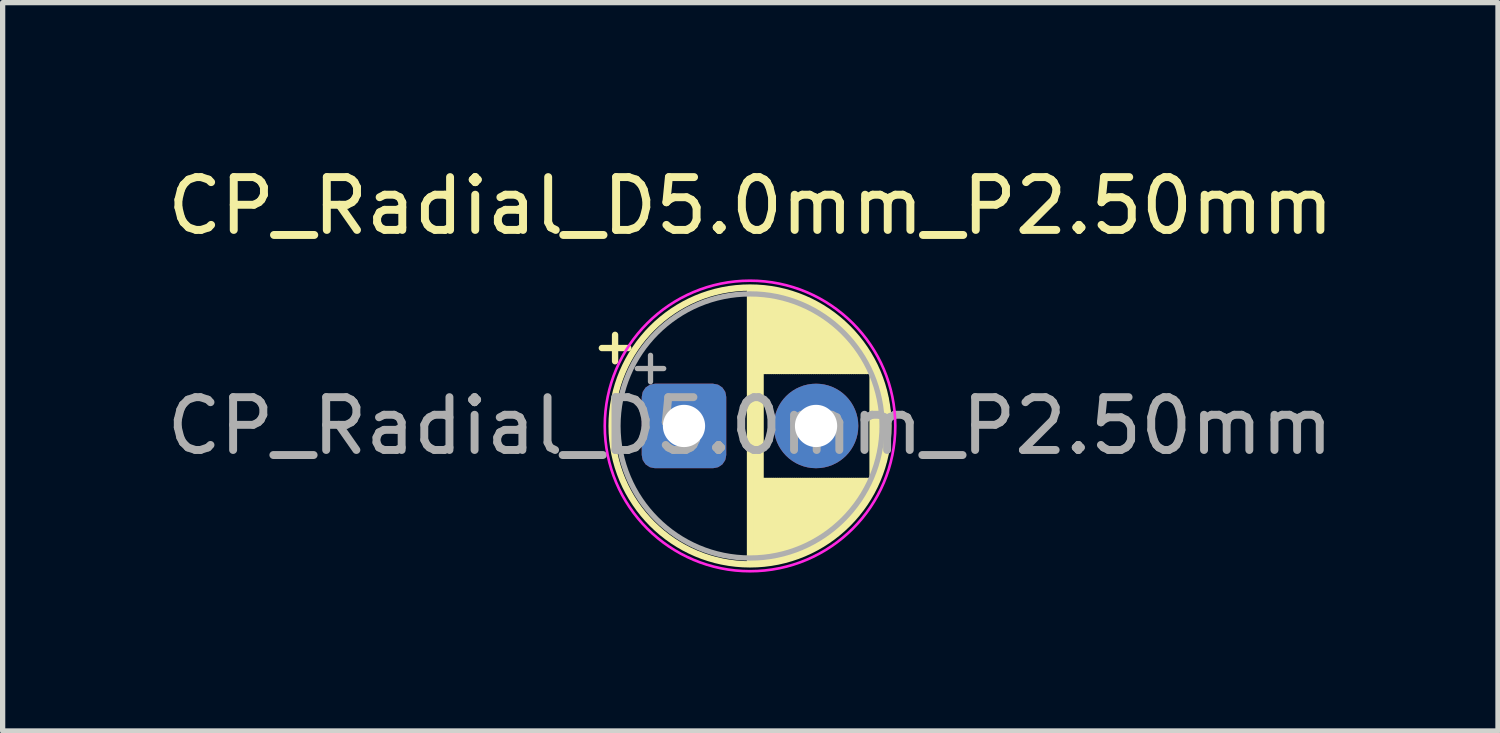
<source format=kicad_pcb>
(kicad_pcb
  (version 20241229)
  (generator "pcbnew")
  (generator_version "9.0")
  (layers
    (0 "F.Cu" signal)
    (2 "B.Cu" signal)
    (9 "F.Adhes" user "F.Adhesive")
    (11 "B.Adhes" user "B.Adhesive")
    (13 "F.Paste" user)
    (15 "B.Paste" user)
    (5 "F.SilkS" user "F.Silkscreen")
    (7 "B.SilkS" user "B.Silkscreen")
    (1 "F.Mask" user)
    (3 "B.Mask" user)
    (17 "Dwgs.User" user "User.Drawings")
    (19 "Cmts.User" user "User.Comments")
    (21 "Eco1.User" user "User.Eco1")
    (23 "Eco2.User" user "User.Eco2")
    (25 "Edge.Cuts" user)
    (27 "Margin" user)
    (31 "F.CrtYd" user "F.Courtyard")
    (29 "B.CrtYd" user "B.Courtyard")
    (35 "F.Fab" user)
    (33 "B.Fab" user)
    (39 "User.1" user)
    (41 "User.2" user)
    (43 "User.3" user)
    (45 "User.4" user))
  (footprint "CP_Radial_D5.0mm_P2.50mm"
    (layer "F.Cu")
    (at 9.899 5.014)
    (property "Reference" "CP_Radial_D5.0mm_P2.50mm" (at 1.262 -4.166 0) (unlocked yes) (layer "F.SilkS") (effects (font (size 1 1) (thickness 0.15))))
    (attr through_hole)
    (fp_line (start -1.555 -1.475) (end -1.055 -1.475) (stroke (width 0.12) (type solid)) (layer "F.SilkS"))
    (fp_line (start -1.305 -1.725) (end -1.305 -1.225) (stroke (width 0.12) (type solid)) (layer "F.SilkS"))
    (fp_line (start 1.25 -2.58) (end 1.25 2.58) (stroke (width 0.12) (type solid)) (layer "F.SilkS"))
    (fp_line (start 1.29 -2.58) (end 1.29 2.58) (stroke (width 0.12) (type solid)) (layer "F.SilkS"))
    (fp_line (start 1.33 -2.579) (end 1.33 2.579) (stroke (width 0.12) (type solid)) (layer "F.SilkS"))
    (fp_line (start 1.37 -2.577) (end 1.37 2.577) (stroke (width 0.12) (type solid)) (layer "F.SilkS"))
    (fp_line (start 1.41 -2.575) (end 1.41 2.575) (stroke (width 0.12) (type solid)) (layer "F.SilkS"))
    (fp_line (start 1.45 -2.572) (end 1.45 2.572) (stroke (width 0.12) (type solid)) (layer "F.SilkS"))
    (fp_line (start 1.49 -2.569) (end 1.49 -1.04) (stroke (width 0.12) (type solid)) (layer "F.SilkS"))
    (fp_line (start 1.49 1.04) (end 1.49 2.569) (stroke (width 0.12) (type solid)) (layer "F.SilkS"))
    (fp_line (start 1.53 -2.565) (end 1.53 -1.04) (stroke (width 0.12) (type solid)) (layer "F.SilkS"))
    (fp_line (start 1.53 1.04) (end 1.53 2.565) (stroke (width 0.12) (type solid)) (layer "F.SilkS"))
    (fp_line (start 1.57 -2.56) (end 1.57 -1.04) (stroke (width 0.12) (type solid)) (layer "F.SilkS"))
    (fp_line (start 1.57 1.04) (end 1.57 2.56) (stroke (width 0.12) (type solid)) (layer "F.SilkS"))
    (fp_line (start 1.61 -2.555) (end 1.61 -1.04) (stroke (width 0.12) (type solid)) (layer "F.SilkS"))
    (fp_line (start 1.61 1.04) (end 1.61 2.555) (stroke (width 0.12) (type solid)) (layer "F.SilkS"))
    (fp_line (start 1.65 -2.549) (end 1.65 -1.04) (stroke (width 0.12) (type solid)) (layer "F.SilkS"))
    (fp_line (start 1.65 1.04) (end 1.65 2.549) (stroke (width 0.12) (type solid)) (layer "F.SilkS"))
    (fp_line (start 1.69 -2.543) (end 1.69 -1.04) (stroke (width 0.12) (type solid)) (layer "F.SilkS"))
    (fp_line (start 1.69 1.04) (end 1.69 2.543) (stroke (width 0.12) (type solid)) (layer "F.SilkS"))
    (fp_line (start 1.73 -2.536) (end 1.73 -1.04) (stroke (width 0.12) (type solid)) (layer "F.SilkS"))
    (fp_line (start 1.73 1.04) (end 1.73 2.536) (stroke (width 0.12) (type solid)) (layer "F.SilkS"))
    (fp_line (start 1.77 -2.528) (end 1.77 -1.04) (stroke (width 0.12) (type solid)) (layer "F.SilkS"))
    (fp_line (start 1.77 1.04) (end 1.77 2.528) (stroke (width 0.12) (type solid)) (layer "F.SilkS"))
    (fp_line (start 1.81 -2.519) (end 1.81 -1.04) (stroke (width 0.12) (type solid)) (layer "F.SilkS"))
    (fp_line (start 1.81 1.04) (end 1.81 2.519) (stroke (width 0.12) (type solid)) (layer "F.SilkS"))
    (fp_line (start 1.85 -2.51) (end 1.85 -1.04) (stroke (width 0.12) (type solid)) (layer "F.SilkS"))
    (fp_line (start 1.85 1.04) (end 1.85 2.51) (stroke (width 0.12) (type solid)) (layer "F.SilkS"))
    (fp_line (start 1.89 -2.501) (end 1.89 -1.04) (stroke (width 0.12) (type solid)) (layer "F.SilkS"))
    (fp_line (start 1.89 1.04) (end 1.89 2.501) (stroke (width 0.12) (type solid)) (layer "F.SilkS"))
    (fp_line (start 1.93 -2.49) (end 1.93 -1.04) (stroke (width 0.12) (type solid)) (layer "F.SilkS"))
    (fp_line (start 1.93 1.04) (end 1.93 2.49) (stroke (width 0.12) (type solid)) (layer "F.SilkS"))
    (fp_line (start 1.97 -2.479) (end 1.97 -1.04) (stroke (width 0.12) (type solid)) (layer "F.SilkS"))
    (fp_line (start 1.97 1.04) (end 1.97 2.479) (stroke (width 0.12) (type solid)) (layer "F.SilkS"))
    (fp_line (start 2.01 -2.467) (end 2.01 -1.04) (stroke (width 0.12) (type solid)) (layer "F.SilkS"))
    (fp_line (start 2.01 1.04) (end 2.01 2.467) (stroke (width 0.12) (type solid)) (layer "F.SilkS"))
    (fp_line (start 2.05 -2.455) (end 2.05 -1.04) (stroke (width 0.12) (type solid)) (layer "F.SilkS"))
    (fp_line (start 2.05 1.04) (end 2.05 2.455) (stroke (width 0.12) (type solid)) (layer "F.SilkS"))
    (fp_line (start 2.09 -2.442) (end 2.09 -1.04) (stroke (width 0.12) (type solid)) (layer "F.SilkS"))
    (fp_line (start 2.09 1.04) (end 2.09 2.442) (stroke (width 0.12) (type solid)) (layer "F.SilkS"))
    (fp_line (start 2.13 -2.428) (end 2.13 -1.04) (stroke (width 0.12) (type solid)) (layer "F.SilkS"))
    (fp_line (start 2.13 1.04) (end 2.13 2.428) (stroke (width 0.12) (type solid)) (layer "F.SilkS"))
    (fp_line (start 2.17 -2.413) (end 2.17 -1.04) (stroke (width 0.12) (type solid)) (layer "F.SilkS"))
    (fp_line (start 2.17 1.04) (end 2.17 2.413) (stroke (width 0.12) (type solid)) (layer "F.SilkS"))
    (fp_line (start 2.21 -2.398) (end 2.21 -1.04) (stroke (width 0.12) (type solid)) (layer "F.SilkS"))
    (fp_line (start 2.21 1.04) (end 2.21 2.398) (stroke (width 0.12) (type solid)) (layer "F.SilkS"))
    (fp_line (start 2.25 -2.382) (end 2.25 -1.04) (stroke (width 0.12) (type solid)) (layer "F.SilkS"))
    (fp_line (start 2.25 1.04) (end 2.25 2.382) (stroke (width 0.12) (type solid)) (layer "F.SilkS"))
    (fp_line (start 2.29 -2.365) (end 2.29 -1.04) (stroke (width 0.12) (type solid)) (layer "F.SilkS"))
    (fp_line (start 2.29 1.04) (end 2.29 2.365) (stroke (width 0.12) (type solid)) (layer "F.SilkS"))
    (fp_line (start 2.33 -2.347) (end 2.33 -1.04) (stroke (width 0.12) (type solid)) (layer "F.SilkS"))
    (fp_line (start 2.33 1.04) (end 2.33 2.347) (stroke (width 0.12) (type solid)) (layer "F.SilkS"))
    (fp_line (start 2.37 -2.329) (end 2.37 -1.04) (stroke (width 0.12) (type solid)) (layer "F.SilkS"))
    (fp_line (start 2.37 1.04) (end 2.37 2.329) (stroke (width 0.12) (type solid)) (layer "F.SilkS"))
    (fp_line (start 2.41 -2.309) (end 2.41 -1.04) (stroke (width 0.12) (type solid)) (layer "F.SilkS"))
    (fp_line (start 2.41 1.04) (end 2.41 2.309) (stroke (width 0.12) (type solid)) (layer "F.SilkS"))
    (fp_line (start 2.45 -2.289) (end 2.45 -1.04) (stroke (width 0.12) (type solid)) (layer "F.SilkS"))
    (fp_line (start 2.45 1.04) (end 2.45 2.289) (stroke (width 0.12) (type solid)) (layer "F.SilkS"))
    (fp_line (start 2.49 -2.268) (end 2.49 -1.04) (stroke (width 0.12) (type solid)) (layer "F.SilkS"))
    (fp_line (start 2.49 1.04) (end 2.49 2.268) (stroke (width 0.12) (type solid)) (layer "F.SilkS"))
    (fp_line (start 2.53 -2.246) (end 2.53 -1.04) (stroke (width 0.12) (type solid)) (layer "F.SilkS"))
    (fp_line (start 2.53 1.04) (end 2.53 2.246) (stroke (width 0.12) (type solid)) (layer "F.SilkS"))
    (fp_line (start 2.57 -2.223) (end 2.57 -1.04) (stroke (width 0.12) (type solid)) (layer "F.SilkS"))
    (fp_line (start 2.57 1.04) (end 2.57 2.223) (stroke (width 0.12) (type solid)) (layer "F.SilkS"))
    (fp_line (start 2.61 -2.199) (end 2.61 -1.04) (stroke (width 0.12) (type solid)) (layer "F.SilkS"))
    (fp_line (start 2.61 1.04) (end 2.61 2.199) (stroke (width 0.12) (type solid)) (layer "F.SilkS"))
    (fp_line (start 2.65 -2.175) (end 2.65 -1.04) (stroke (width 0.12) (type solid)) (layer "F.SilkS"))
    (fp_line (start 2.65 1.04) (end 2.65 2.175) (stroke (width 0.12) (type solid)) (layer "F.SilkS"))
    (fp_line (start 2.69 -2.149) (end 2.69 -1.04) (stroke (width 0.12) (type solid)) (layer "F.SilkS"))
    (fp_line (start 2.69 1.04) (end 2.69 2.149) (stroke (width 0.12) (type solid)) (layer "F.SilkS"))
    (fp_line (start 2.73 -2.122) (end 2.73 -1.04) (stroke (width 0.12) (type solid)) (layer "F.SilkS"))
    (fp_line (start 2.73 1.04) (end 2.73 2.122) (stroke (width 0.12) (type solid)) (layer "F.SilkS"))
    (fp_line (start 2.77 -2.094) (end 2.77 -1.04) (stroke (width 0.12) (type solid)) (layer "F.SilkS"))
    (fp_line (start 2.77 1.04) (end 2.77 2.094) (stroke (width 0.12) (type solid)) (layer "F.SilkS"))
    (fp_line (start 2.81 -2.065) (end 2.81 -1.04) (stroke (width 0.12) (type solid)) (layer "F.SilkS"))
    (fp_line (start 2.81 1.04) (end 2.81 2.065) (stroke (width 0.12) (type solid)) (layer "F.SilkS"))
    (fp_line (start 2.85 -2.035) (end 2.85 -1.04) (stroke (width 0.12) (type solid)) (layer "F.SilkS"))
    (fp_line (start 2.85 1.04) (end 2.85 2.035) (stroke (width 0.12) (type solid)) (layer "F.SilkS"))
    (fp_line (start 2.89 -2.003) (end 2.89 -1.04) (stroke (width 0.12) (type solid)) (layer "F.SilkS"))
    (fp_line (start 2.89 1.04) (end 2.89 2.003) (stroke (width 0.12) (type solid)) (layer "F.SilkS"))
    (fp_line (start 2.93 -1.97) (end 2.93 -1.04) (stroke (width 0.12) (type solid)) (layer "F.SilkS"))
    (fp_line (start 2.93 1.04) (end 2.93 1.97) (stroke (width 0.12) (type solid)) (layer "F.SilkS"))
    (fp_line (start 2.97 -1.936) (end 2.97 -1.04) (stroke (width 0.12) (type solid)) (layer "F.SilkS"))
    (fp_line (start 2.97 1.04) (end 2.97 1.936) (stroke (width 0.12) (type solid)) (layer "F.SilkS"))
    (fp_line (start 3.01 -1.901) (end 3.01 -1.04) (stroke (width 0.12) (type solid)) (layer "F.SilkS"))
    (fp_line (start 3.01 1.04) (end 3.01 1.901) (stroke (width 0.12) (type solid)) (layer "F.SilkS"))
    (fp_line (start 3.05 -1.864) (end 3.05 -1.04) (stroke (width 0.12) (type solid)) (layer "F.SilkS"))
    (fp_line (start 3.05 1.04) (end 3.05 1.864) (stroke (width 0.12) (type solid)) (layer "F.SilkS"))
    (fp_line (start 3.09 -1.825) (end 3.09 -1.04) (stroke (width 0.12) (type solid)) (layer "F.SilkS"))
    (fp_line (start 3.09 1.04) (end 3.09 1.825) (stroke (width 0.12) (type solid)) (layer "F.SilkS"))
    (fp_line (start 3.13 -1.785) (end 3.13 -1.04) (stroke (width 0.12) (type solid)) (layer "F.SilkS"))
    (fp_line (start 3.13 1.04) (end 3.13 1.785) (stroke (width 0.12) (type solid)) (layer "F.SilkS"))
    (fp_line (start 3.17 -1.743) (end 3.17 -1.04) (stroke (width 0.12) (type solid)) (layer "F.SilkS"))
    (fp_line (start 3.17 1.04) (end 3.17 1.743) (stroke (width 0.12) (type solid)) (layer "F.SilkS"))
    (fp_line (start 3.21 -1.699) (end 3.21 -1.04) (stroke (width 0.12) (type solid)) (layer "F.SilkS"))
    (fp_line (start 3.21 1.04) (end 3.21 1.699) (stroke (width 0.12) (type solid)) (layer "F.SilkS"))
    (fp_line (start 3.25 -1.652) (end 3.25 -1.04) (stroke (width 0.12) (type solid)) (layer "F.SilkS"))
    (fp_line (start 3.25 1.04) (end 3.25 1.652) (stroke (width 0.12) (type solid)) (layer "F.SilkS"))
    (fp_line (start 3.29 -1.604) (end 3.29 -1.04) (stroke (width 0.12) (type solid)) (layer "F.SilkS"))
    (fp_line (start 3.29 1.04) (end 3.29 1.604) (stroke (width 0.12) (type solid)) (layer "F.SilkS"))
    (fp_line (start 3.33 -1.553) (end 3.33 -1.04) (stroke (width 0.12) (type solid)) (layer "F.SilkS"))
    (fp_line (start 3.33 1.04) (end 3.33 1.553) (stroke (width 0.12) (type solid)) (layer "F.SilkS"))
    (fp_line (start 3.37 -1.499) (end 3.37 -1.04) (stroke (width 0.12) (type solid)) (layer "F.SilkS"))
    (fp_line (start 3.37 1.04) (end 3.37 1.499) (stroke (width 0.12) (type solid)) (layer "F.SilkS"))
    (fp_line (start 3.41 -1.443) (end 3.41 -1.04) (stroke (width 0.12) (type solid)) (layer "F.SilkS"))
    (fp_line (start 3.41 1.04) (end 3.41 1.443) (stroke (width 0.12) (type solid)) (layer "F.SilkS"))
    (fp_line (start 3.45 -1.383) (end 3.45 -1.04) (stroke (width 0.12) (type solid)) (layer "F.SilkS"))
    (fp_line (start 3.45 1.04) (end 3.45 1.383) (stroke (width 0.12) (type solid)) (layer "F.SilkS"))
    (fp_line (start 3.49 -1.319) (end 3.49 -1.04) (stroke (width 0.12) (type solid)) (layer "F.SilkS"))
    (fp_line (start 3.49 1.04) (end 3.49 1.319) (stroke (width 0.12) (type solid)) (layer "F.SilkS"))
    (fp_line (start 3.53 -1.251) (end 3.53 -1.04) (stroke (width 0.12) (type solid)) (layer "F.SilkS"))
    (fp_line (start 3.53 1.04) (end 3.53 1.251) (stroke (width 0.12) (type solid)) (layer "F.SilkS"))
    (fp_line (start 3.57 -1.177) (end 3.57 1.177) (stroke (width 0.12) (type solid)) (layer "F.SilkS"))
    (fp_line (start 3.61 -1.098) (end 3.61 1.098) (stroke (width 0.12) (type solid)) (layer "F.SilkS"))
    (fp_line (start 3.65 -1.011) (end 3.65 1.011) (stroke (width 0.12) (type solid)) (layer "F.SilkS"))
    (fp_line (start 3.69 -0.914) (end 3.69 0.914) (stroke (width 0.12) (type solid)) (layer "F.SilkS"))
    (fp_line (start 3.73 -0.805) (end 3.73 0.805) (stroke (width 0.12) (type solid)) (layer "F.SilkS"))
    (fp_line (start 3.77 -0.677) (end 3.77 0.677) (stroke (width 0.12) (type solid)) (layer "F.SilkS"))
    (fp_line (start 3.81 -0.517) (end 3.81 0.517) (stroke (width 0.12) (type solid)) (layer "F.SilkS"))
    (fp_line (start 3.85 -0.283) (end 3.85 0.283) (stroke (width 0.12) (type solid)) (layer "F.SilkS"))
    (fp_circle (center 1.25 0) (end 3.87 0) (stroke (width 0.12) (type solid)) (fill no) (layer "F.SilkS"))
    (fp_circle (center 1.25 0) (end 4 0) (stroke (width 0.05) (type solid)) (fill no) (layer "F.CrtYd"))
    (fp_line (start -0.884 -1.087) (end -0.384 -1.087) (stroke (width 0.1) (type solid)) (layer "F.Fab"))
    (fp_line (start -0.634 -1.337) (end -0.634 -0.838) (stroke (width 0.1) (type solid)) (layer "F.Fab"))
    (fp_circle (center 1.25 0) (end 3.75 0) (stroke (width 0.1) (type solid)) (fill no) (layer "F.Fab"))
    (fp_text user "${REFERENCE}" (at 1.25 0 180) (layer "F.Fab") (effects (font (size 1 1) (thickness 0.15))))
    (pad "1" thru_hole roundrect (at 0 0) (size 1.6 1.6) (drill 0.8) (layers "*.Cu" "*.Mask") (roundrect_rratio 0.156))
    (pad "2" thru_hole circle (at 2.5 0) (size 1.6 1.6) (drill 0.8) (layers "*.Cu" "*.Mask")))
  (gr_rect
    (start -3 -3)
    (end 25.309 10.789)
    (stroke (width 0.1) (type default))
    (fill no)
    (layer "Edge.Cuts")))
</source>
